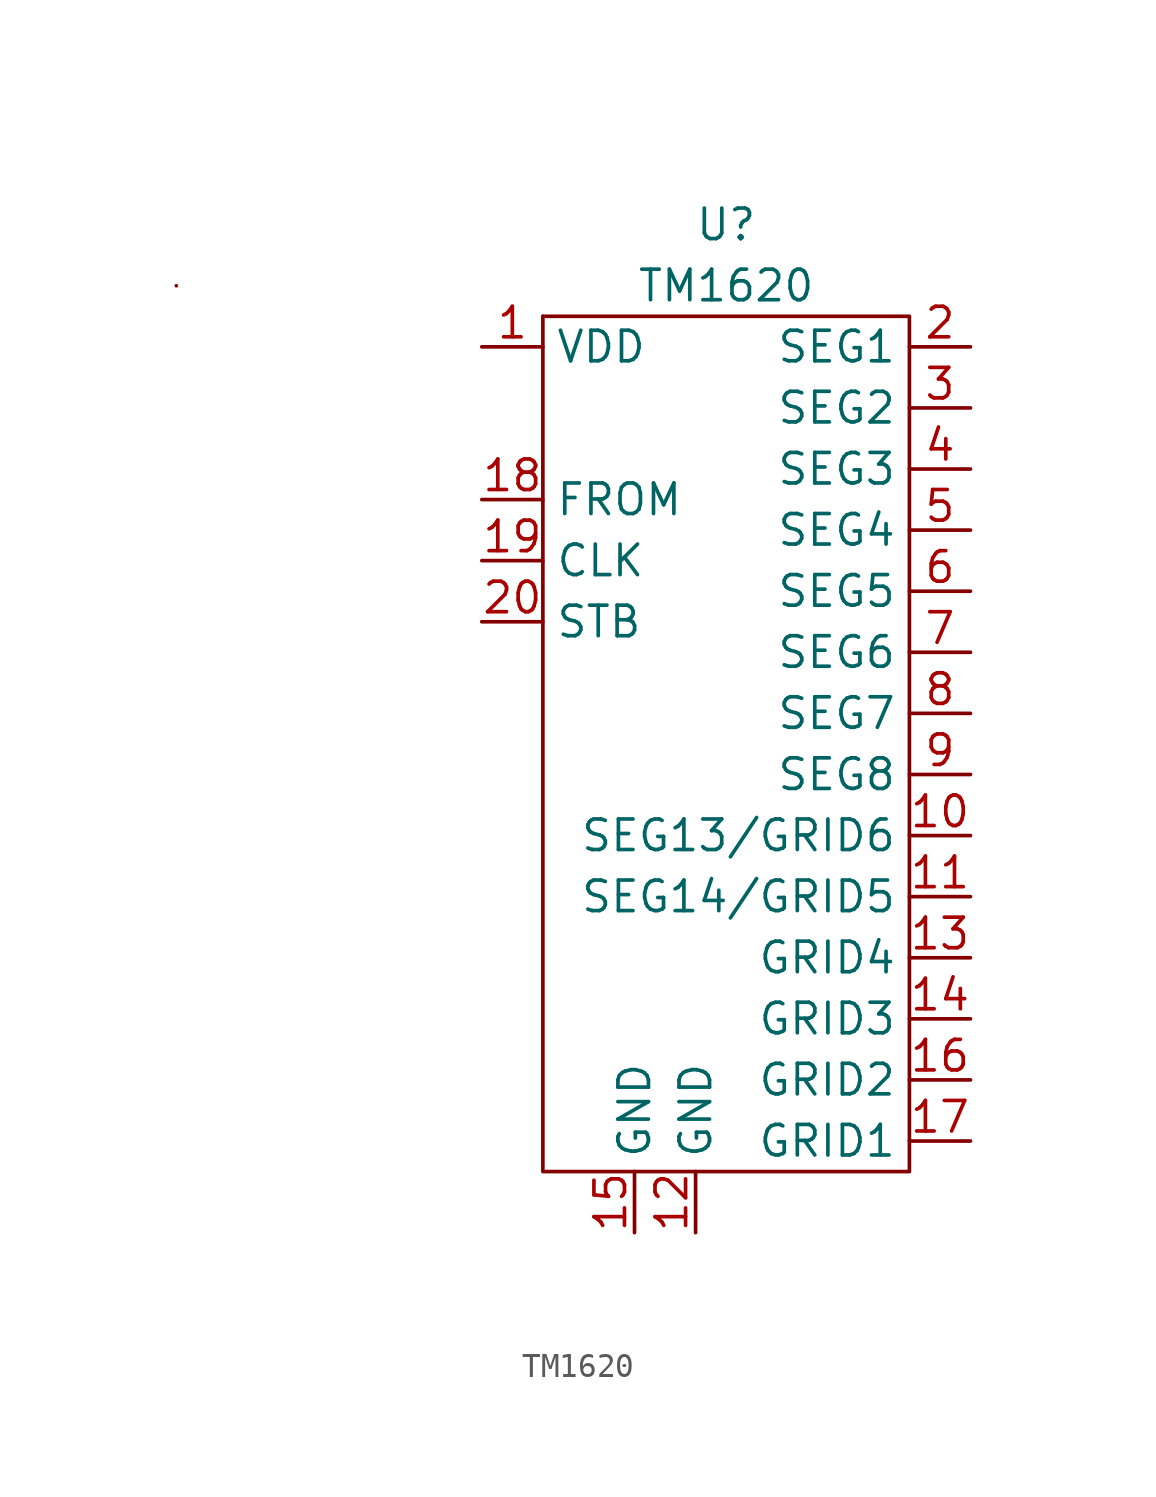
<source format=kicad_sym>
(kicad_symbol_lib
  (version 20211014)
  (generator kicad_symbol_editor)
  (symbol "TM1620"
    (property "Reference" "U"
      (at 0 21.59 0)
      (effects (font (size 1.27 1.27))))
    (property "Value" "TM1620"
      (at 0 19.05 0)
      (effects (font (size 1.27 1.27))))
    (symbol "TM1620_0_1"
      (rectangle (start -22.86 19.05) (end -22.86 19.05) (stroke (width 0) (type default) (color 0 0 0 0)) (fill (type none)))
      (rectangle (start -7.62 17.78) (end -7.62 17.78) (stroke (width 0) (type default) (color 0 0 0 0)) (fill (type none)))
      (rectangle (start -7.62 17.78) (end 7.62 -17.78) (stroke (width 0) (type default) (color 0 0 0 0)) (fill (type none))))
    (symbol "TM1620_1_1"
      (pin power_in line (at -10.16 16.51 0) (length 2.54) (name "VDD" (effects (font (size 1.27 1.27)))) (number "1" (effects (font (size 1.27 1.27)))))
      (pin output line (at 10.16 -3.81 180) (length 2.54) (name "SEG13/GRID6" (effects (font (size 1.27 1.27)))) (number "10" (effects (font (size 1.27 1.27)))))
      (pin output line (at 10.16 -6.35 180) (length 2.54) (name "SEG14/GRID5" (effects (font (size 1.27 1.27)))) (number "11" (effects (font (size 1.27 1.27)))))
      (pin power_out line (at -1.27 -20.32 90) (length 2.54) (name "GND" (effects (font (size 1.27 1.27)))) (number "12" (effects (font (size 1.27 1.27)))))
      (pin output line (at 10.16 -8.89 180) (length 2.54) (name "GRID4" (effects (font (size 1.27 1.27)))) (number "13" (effects (font (size 1.27 1.27)))))
      (pin output line (at 10.16 -11.43 180) (length 2.54) (name "GRID3" (effects (font (size 1.27 1.27)))) (number "14" (effects (font (size 1.27 1.27)))))
      (pin power_out line (at -3.81 -20.32 90) (length 2.54) (name "GND" (effects (font (size 1.27 1.27)))) (number "15" (effects (font (size 1.27 1.27)))))
      (pin output line (at 10.16 -13.97 180) (length 2.54) (name "GRID2" (effects (font (size 1.27 1.27)))) (number "16" (effects (font (size 1.27 1.27)))))
      (pin output line (at 10.16 -16.51 180) (length 2.54) (name "GRID1" (effects (font (size 1.27 1.27)))) (number "17" (effects (font (size 1.27 1.27)))))
      (pin input line (at -10.16 10.16 0) (length 2.54) (name "FROM" (effects (font (size 1.27 1.27)))) (number "18" (effects (font (size 1.27 1.27)))))
      (pin input line (at -10.16 7.62 0) (length 2.54) (name "CLK" (effects (font (size 1.27 1.27)))) (number "19" (effects (font (size 1.27 1.27)))))
      (pin output line (at 10.16 16.51 180) (length 2.54) (name "SEG1" (effects (font (size 1.27 1.27)))) (number "2" (effects (font (size 1.27 1.27)))))
      (pin input line (at -10.16 5.08 0) (length 2.54) (name "STB" (effects (font (size 1.27 1.27)))) (number "20" (effects (font (size 1.27 1.27)))))
      (pin output line (at 10.16 13.97 180) (length 2.54) (name "SEG2" (effects (font (size 1.27 1.27)))) (number "3" (effects (font (size 1.27 1.27)))))
      (pin output line (at 10.16 11.43 180) (length 2.54) (name "SEG3" (effects (font (size 1.27 1.27)))) (number "4" (effects (font (size 1.27 1.27)))))
      (pin output line (at 10.16 8.89 180) (length 2.54) (name "SEG4" (effects (font (size 1.27 1.27)))) (number "5" (effects (font (size 1.27 1.27)))))
      (pin output line (at 10.16 6.35 180) (length 2.54) (name "SEG5" (effects (font (size 1.27 1.27)))) (number "6" (effects (font (size 1.27 1.27)))))
      (pin output line (at 10.16 3.81 180) (length 2.54) (name "SEG6" (effects (font (size 1.27 1.27)))) (number "7" (effects (font (size 1.27 1.27)))))
      (pin output line (at 10.16 1.27 180) (length 2.54) (name "SEG7" (effects (font (size 1.27 1.27)))) (number "8" (effects (font (size 1.27 1.27)))))
      (pin output line (at 10.16 -1.27 180) (length 2.54) (name "SEG8" (effects (font (size 1.27 1.27)))) (number "9" (effects (font (size 1.27 1.27))))))))
</source>
